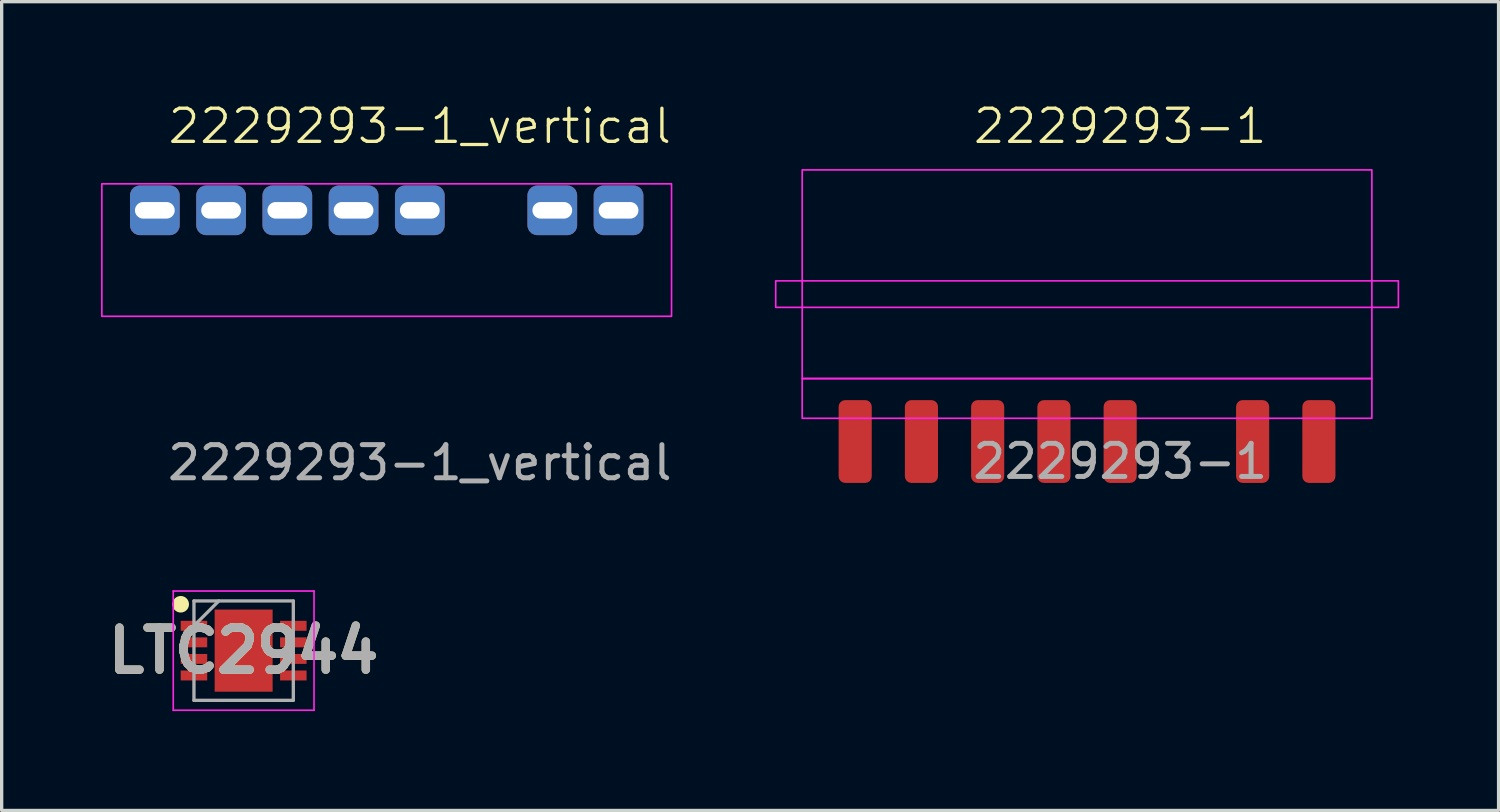
<source format=kicad_pcb>
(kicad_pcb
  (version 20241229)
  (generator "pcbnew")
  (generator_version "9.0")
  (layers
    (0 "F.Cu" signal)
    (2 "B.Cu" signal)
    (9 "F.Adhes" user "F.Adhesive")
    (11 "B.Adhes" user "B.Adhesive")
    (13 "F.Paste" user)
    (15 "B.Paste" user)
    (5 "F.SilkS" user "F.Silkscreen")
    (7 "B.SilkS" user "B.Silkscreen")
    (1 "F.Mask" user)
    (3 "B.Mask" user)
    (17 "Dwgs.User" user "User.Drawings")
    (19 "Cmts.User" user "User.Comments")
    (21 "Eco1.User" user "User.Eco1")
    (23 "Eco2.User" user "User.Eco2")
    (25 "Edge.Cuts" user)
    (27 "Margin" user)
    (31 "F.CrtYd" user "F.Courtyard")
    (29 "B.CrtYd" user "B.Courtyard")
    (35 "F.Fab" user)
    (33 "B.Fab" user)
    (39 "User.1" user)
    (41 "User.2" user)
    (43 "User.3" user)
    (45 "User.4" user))
  (footprint "2229293-1"
    (layer "F.Cu")
    (at 30.77 8.38)
    (property "Reference" "2229293-1" (at 0 -7.62 0) (unlocked yes) (layer "F.SilkS") (effects (font (size 1 1) (thickness 0.1))))
    (attr smd)
    (fp_line (start -8.5 0) (end 6.5 0) (stroke (width 0.1) (type solid)) (layer "Eco1.User"))
    (fp_rect (start -10.4 -2.15) (end 8.4 -2.95) (stroke (width 0.05) (type solid)) (fill no) (layer "F.CrtYd"))
    (fp_rect (start -9.6 0) (end 7.6 -6.3) (stroke (width 0.05) (type solid)) (fill no) (layer "F.CrtYd"))
    (fp_rect (start -9.6 0) (end 7.6 1.2) (stroke (width 0.05) (type solid)) (fill no) (layer "F.CrtYd"))
    (fp_text user "${REFERENCE}" (at 0 2.5 0) (unlocked yes) (layer "F.Fab") (effects (font (size 1 1) (thickness 0.15))))
    (pad "0" smd roundrect (at -8 1.9) (size 1 2.5) (layers "F.Cu" "F.Mask" "F.Paste") (roundrect_rratio 0.197))
    (pad "1" smd roundrect (at -6 1.9) (size 1 2.5) (layers "F.Cu" "F.Mask" "F.Paste") (roundrect_rratio 0.197))
    (pad "2" smd roundrect (at -4 1.9) (size 1 2.5) (layers "F.Cu" "F.Mask" "F.Paste") (roundrect_rratio 0.197))
    (pad "3" smd roundrect (at -2 1.9) (size 1 2.5) (layers "F.Cu" "F.Mask" "F.Paste") (roundrect_rratio 0.197))
    (pad "4" smd roundrect (at 0 1.9) (size 1 2.5) (layers "F.Cu" "F.Mask" "F.Paste") (roundrect_rratio 0.197))
    (pad "5" smd roundrect (at 4 1.9) (size 1 2.5) (layers "F.Cu" "F.Mask" "F.Paste") (roundrect_rratio 0.197))
    (pad "6" smd roundrect (at 6 1.9) (size 1 2.5) (layers "F.Cu" "F.Mask" "F.Paste") (roundrect_rratio 0.197)))
  (footprint "LTC2944"
    (layer "F.Cu")
    (at 4.306 16.594)
    (property "Reference" "LTC2944" (at 0 0 0) (layer "F.SilkS") (effects (font (size 1.27 1.27) (thickness 0.254))))
    (attr smd)
    (fp_circle (center -1.9 -1.4) (end -1.9 -1.275) (stroke (width 0.25) (type solid)) (fill no) (layer "F.SilkS"))
    (fp_line (start -2.125 -1.8) (end 2.125 -1.8) (stroke (width 0.05) (type solid)) (layer "F.CrtYd"))
    (fp_line (start -2.125 1.8) (end -2.125 -1.8) (stroke (width 0.05) (type solid)) (layer "F.CrtYd"))
    (fp_line (start 2.125 -1.8) (end 2.125 1.8) (stroke (width 0.05) (type solid)) (layer "F.CrtYd"))
    (fp_line (start 2.125 1.8) (end -2.125 1.8) (stroke (width 0.05) (type solid)) (layer "F.CrtYd"))
    (fp_line (start -1.5 -1.5) (end 1.5 -1.5) (stroke (width 0.1) (type solid)) (layer "F.Fab"))
    (fp_line (start -1.5 -0.75) (end -0.75 -1.5) (stroke (width 0.1) (type solid)) (layer "F.Fab"))
    (fp_line (start -1.5 1.5) (end -1.5 -1.5) (stroke (width 0.1) (type solid)) (layer "F.Fab"))
    (fp_line (start 1.5 -1.5) (end 1.5 1.5) (stroke (width 0.1) (type solid)) (layer "F.Fab"))
    (fp_line (start 1.5 1.5) (end -1.5 1.5) (stroke (width 0.1) (type solid)) (layer "F.Fab"))
    (fp_text user "${REFERENCE}" (at 0 0 0) (layer "F.Fab") (effects (font (size 1.27 1.27) (thickness 0.254))))
    (pad "1" smd rect (at -1.5 -0.75 90) (size 0.3 0.8) (layers "F.Cu" "F.Mask" "F.Paste"))
    (pad "2" smd rect (at -1.5 -0.25 90) (size 0.3 0.8) (layers "F.Cu" "F.Mask" "F.Paste"))
    (pad "3" smd rect (at -1.5 0.25 90) (size 0.3 0.8) (layers "F.Cu" "F.Mask" "F.Paste"))
    (pad "4" smd rect (at -1.5 0.75 90) (size 0.3 0.8) (layers "F.Cu" "F.Mask" "F.Paste"))
    (pad "5" smd rect (at 1.5 0.75 90) (size 0.3 0.8) (layers "F.Cu" "F.Mask" "F.Paste"))
    (pad "6" smd rect (at 1.5 0.25 90) (size 0.3 0.8) (layers "F.Cu" "F.Mask" "F.Paste"))
    (pad "7" smd rect (at 1.5 -0.25 90) (size 0.3 0.8) (layers "F.Cu" "F.Mask" "F.Paste"))
    (pad "8" smd rect (at 1.5 -0.75 90) (size 0.3 0.8) (layers "F.Cu" "F.Mask" "F.Paste"))
    (pad "9" smd rect (at 0 0) (size 1.75 2.48) (layers "F.Cu" "F.Mask" "F.Paste")))
  (footprint "2229293-1_vertical"
    (layer "F.Cu")
    (at 9.625 3.3)
    (property "Reference" "2229293-1_vertical" (at 0 -2.54 0) (unlocked yes) (layer "F.SilkS") (effects (font (size 1 1) (thickness 0.1))))
    (attr smd)
    (fp_rect (start -9.6 -0.8) (end 7.6 3.2) (stroke (width 0.05) (type solid)) (fill no) (layer "F.CrtYd"))
    (fp_text user "${REFERENCE}" (at 0 7.62 0) (unlocked yes) (layer "F.Fab") (effects (font (size 1 1) (thickness 0.15))))
    (pad "0" thru_hole roundrect (at 4 0) (size 1.5 1.5) (drill oval 1.2 0.5) (layers "*.Cu" "*.Mask") (roundrect_rratio 0.197))
    (pad "0" thru_hole roundrect (at 6 0) (size 1.5 1.5) (drill oval 1.2 0.5) (layers "*.Cu" "*.Mask") (roundrect_rratio 0.197))
    (pad "1" thru_hole roundrect (at 0 0) (size 1.5 1.5) (drill oval 1.2 0.5) (layers "*.Cu" "*.Mask") (roundrect_rratio 0.197))
    (pad "2" thru_hole roundrect (at -2 0) (size 1.5 1.5) (drill oval 1.2 0.5) (layers "*.Cu" "*.Mask") (roundrect_rratio 0.197))
    (pad "3" thru_hole roundrect (at -4 0) (size 1.5 1.5) (drill oval 1.2 0.5) (layers "*.Cu" "*.Mask") (roundrect_rratio 0.197))
    (pad "6" thru_hole roundrect (at -8 0) (size 1.5 1.5) (drill oval 1.2 0.5) (layers "*.Cu" "*.Mask") (roundrect_rratio 0.197))
    (pad "6" thru_hole roundrect (at -6 0) (size 1.5 1.5) (drill oval 1.2 0.5) (layers "*.Cu" "*.Mask") (roundrect_rratio 0.197)))
  (gr_rect
    (start -3 -3)
    (end 42.195 21.419)
    (stroke (width 0.1) (type default))
    (fill no)
    (layer "Edge.Cuts")))
</source>
